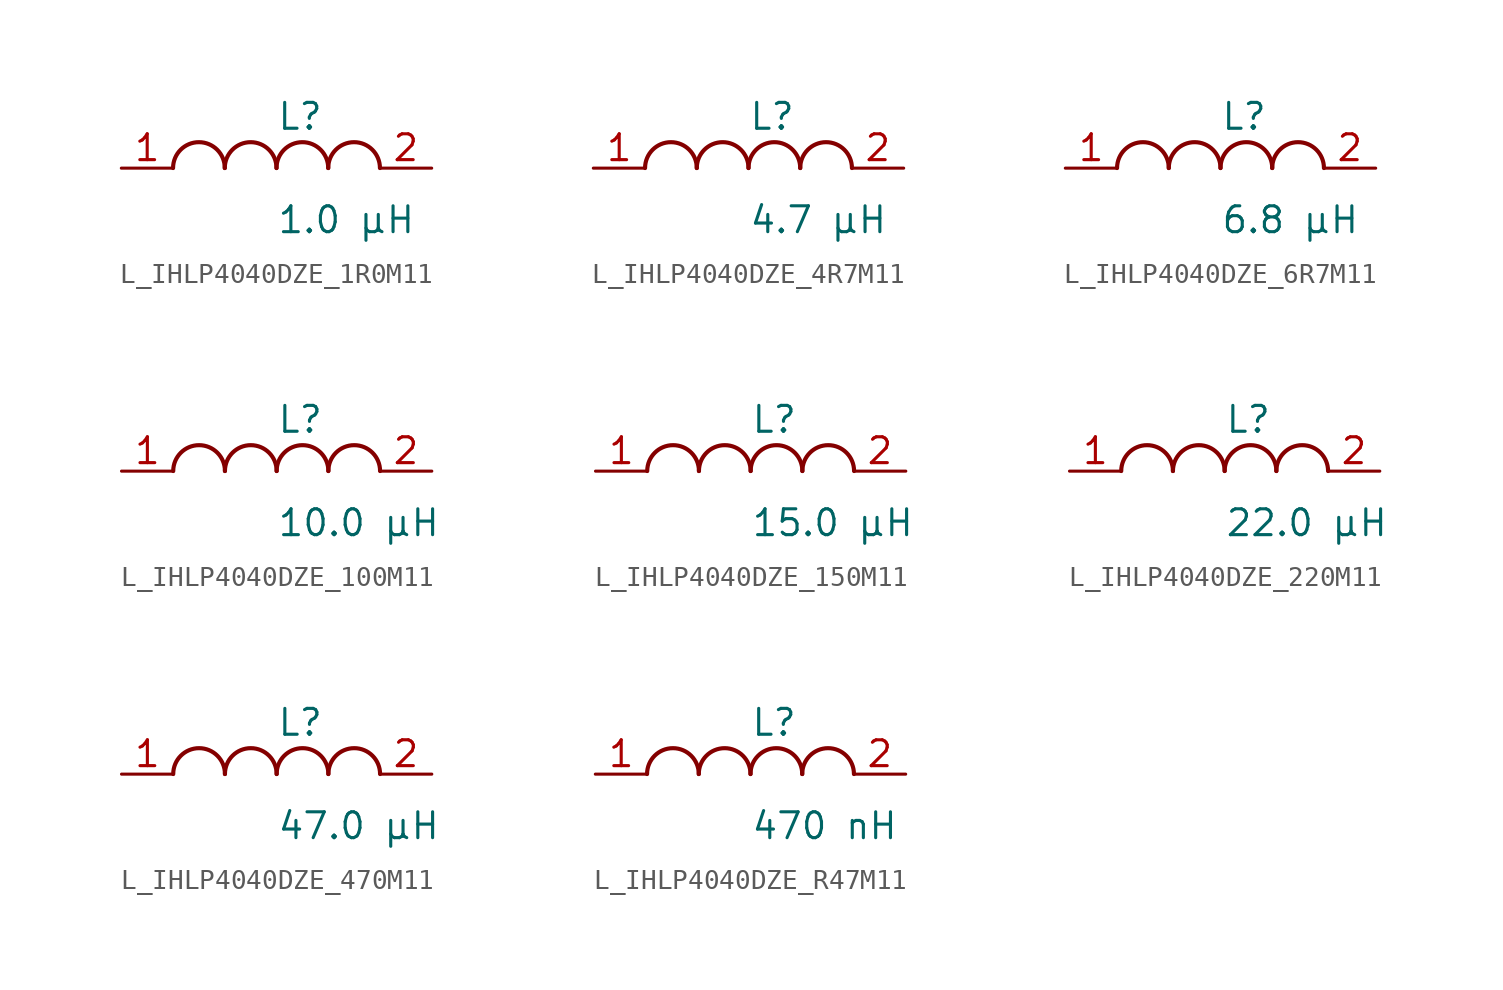
<source format=kicad_sym>
(kicad_symbol_lib
  (version 20231120)
  (generator kicad_symbol_editor)
  (generator_version 8.0)
  (symbol "L_IHLP4040DZE_1R0M11"
    (pin_names
      (offset 0.254))
    (property "Reference" "L"
      (at 0 2.54 0)
      (effects (font (size 1.27 1.27)) (justify left)))
    (property "Value" "1.0 µH"
      (at 0 -2.54 0)
      (effects (font (size 1.27 1.27)) (justify left)))
    (symbol "L_IHLP4040DZE_1R0M11_1_1"
      (arc (start -2.54 0.0056) (mid -3.81 1.27) (end -5.08 0.0056) (stroke (width 0.2032) (type default)) (fill (type none)))
      (arc (start 0 0.0056) (mid -1.27 1.27) (end -2.54 0.0056) (stroke (width 0.2032) (type default)) (fill (type none)))
      (arc (start 2.54 0.0056) (mid 1.27 1.27) (end 0 0.0056) (stroke (width 0.2032) (type default)) (fill (type none)))
      (arc (start 5.08 0.0056) (mid 3.81 1.27) (end 2.54 0.0056) (stroke (width 0.2032) (type default)) (fill (type none)))
      (pin unspecified line (at -7.62 0 0) (length 2.54) (name "" (effects (font (size 1.27 1.27)))) (number "1" (effects (font (size 1.27 1.27)))))
      (pin unspecified line (at 7.62 0 180) (length 2.54) (name "" (effects (font (size 1.27 1.27)))) (number "2" (effects (font (size 1.27 1.27)))))))
  (symbol "L_IHLP4040DZE_4R7M11"
    (pin_names
      (offset 0.254))
    (property "Reference" "L"
      (at 0 2.54 0)
      (effects (font (size 1.27 1.27)) (justify left)))
    (property "Value" "4.7 µH"
      (at 0 -2.54 0)
      (effects (font (size 1.27 1.27)) (justify left)))
    (symbol "L_IHLP4040DZE_4R7M11_1_1"
      (arc (start -2.54 0.0056) (mid -3.81 1.27) (end -5.08 0.0056) (stroke (width 0.2032) (type default)) (fill (type none)))
      (arc (start 0 0.0056) (mid -1.27 1.27) (end -2.54 0.0056) (stroke (width 0.2032) (type default)) (fill (type none)))
      (arc (start 2.54 0.0056) (mid 1.27 1.27) (end 0 0.0056) (stroke (width 0.2032) (type default)) (fill (type none)))
      (arc (start 5.08 0.0056) (mid 3.81 1.27) (end 2.54 0.0056) (stroke (width 0.2032) (type default)) (fill (type none)))
      (pin unspecified line (at -7.62 0 0) (length 2.54) (name "" (effects (font (size 1.27 1.27)))) (number "1" (effects (font (size 1.27 1.27)))))
      (pin unspecified line (at 7.62 0 180) (length 2.54) (name "" (effects (font (size 1.27 1.27)))) (number "2" (effects (font (size 1.27 1.27)))))))
  (symbol "L_IHLP4040DZE_6R7M11"
    (pin_names
      (offset 0.254))
    (property "Reference" "L"
      (at 0 2.54 0)
      (effects (font (size 1.27 1.27)) (justify left)))
    (property "Value" "6.8 µH"
      (at 0 -2.54 0)
      (effects (font (size 1.27 1.27)) (justify left)))
    (symbol "L_IHLP4040DZE_6R7M11_1_1"
      (arc (start -2.54 0.0056) (mid -3.81 1.27) (end -5.08 0.0056) (stroke (width 0.2032) (type default)) (fill (type none)))
      (arc (start 0 0.0056) (mid -1.27 1.27) (end -2.54 0.0056) (stroke (width 0.2032) (type default)) (fill (type none)))
      (arc (start 2.54 0.0056) (mid 1.27 1.27) (end 0 0.0056) (stroke (width 0.2032) (type default)) (fill (type none)))
      (arc (start 5.08 0.0056) (mid 3.81 1.27) (end 2.54 0.0056) (stroke (width 0.2032) (type default)) (fill (type none)))
      (pin unspecified line (at -7.62 0 0) (length 2.54) (name "" (effects (font (size 1.27 1.27)))) (number "1" (effects (font (size 1.27 1.27)))))
      (pin unspecified line (at 7.62 0 180) (length 2.54) (name "" (effects (font (size 1.27 1.27)))) (number "2" (effects (font (size 1.27 1.27)))))))
  (symbol "L_IHLP4040DZE_100M11"
    (pin_names
      (offset 0.254))
    (property "Reference" "L"
      (at 0 2.54 0)
      (effects (font (size 1.27 1.27)) (justify left)))
    (property "Value" "10.0 µH"
      (at 0 -2.54 0)
      (effects (font (size 1.27 1.27)) (justify left)))
    (symbol "L_IHLP4040DZE_100M11_1_1"
      (arc (start -2.54 0.0056) (mid -3.81 1.27) (end -5.08 0.0056) (stroke (width 0.2032) (type default)) (fill (type none)))
      (arc (start 0 0.0056) (mid -1.27 1.27) (end -2.54 0.0056) (stroke (width 0.2032) (type default)) (fill (type none)))
      (arc (start 2.54 0.0056) (mid 1.27 1.27) (end 0 0.0056) (stroke (width 0.2032) (type default)) (fill (type none)))
      (arc (start 5.08 0.0056) (mid 3.81 1.27) (end 2.54 0.0056) (stroke (width 0.2032) (type default)) (fill (type none)))
      (pin unspecified line (at -7.62 0 0) (length 2.54) (name "" (effects (font (size 1.27 1.27)))) (number "1" (effects (font (size 1.27 1.27)))))
      (pin unspecified line (at 7.62 0 180) (length 2.54) (name "" (effects (font (size 1.27 1.27)))) (number "2" (effects (font (size 1.27 1.27)))))))
  (symbol "L_IHLP4040DZE_150M11"
    (pin_names
      (offset 0.254))
    (property "Reference" "L"
      (at 0 2.54 0)
      (effects (font (size 1.27 1.27)) (justify left)))
    (property "Value" "15.0 µH"
      (at 0 -2.54 0)
      (effects (font (size 1.27 1.27)) (justify left)))
    (symbol "L_IHLP4040DZE_150M11_1_1"
      (arc (start -2.54 0.0056) (mid -3.81 1.27) (end -5.08 0.0056) (stroke (width 0.2032) (type default)) (fill (type none)))
      (arc (start 0 0.0056) (mid -1.27 1.27) (end -2.54 0.0056) (stroke (width 0.2032) (type default)) (fill (type none)))
      (arc (start 2.54 0.0056) (mid 1.27 1.27) (end 0 0.0056) (stroke (width 0.2032) (type default)) (fill (type none)))
      (arc (start 5.08 0.0056) (mid 3.81 1.27) (end 2.54 0.0056) (stroke (width 0.2032) (type default)) (fill (type none)))
      (pin unspecified line (at -7.62 0 0) (length 2.54) (name "" (effects (font (size 1.27 1.27)))) (number "1" (effects (font (size 1.27 1.27)))))
      (pin unspecified line (at 7.62 0 180) (length 2.54) (name "" (effects (font (size 1.27 1.27)))) (number "2" (effects (font (size 1.27 1.27)))))))
  (symbol "L_IHLP4040DZE_220M11"
    (pin_names
      (offset 0.254))
    (property "Reference" "L"
      (at 0 2.54 0)
      (effects (font (size 1.27 1.27)) (justify left)))
    (property "Value" "22.0 µH"
      (at 0 -2.54 0)
      (effects (font (size 1.27 1.27)) (justify left)))
    (symbol "L_IHLP4040DZE_220M11_1_1"
      (arc (start -2.54 0.0056) (mid -3.81 1.27) (end -5.08 0.0056) (stroke (width 0.2032) (type default)) (fill (type none)))
      (arc (start 0 0.0056) (mid -1.27 1.27) (end -2.54 0.0056) (stroke (width 0.2032) (type default)) (fill (type none)))
      (arc (start 2.54 0.0056) (mid 1.27 1.27) (end 0 0.0056) (stroke (width 0.2032) (type default)) (fill (type none)))
      (arc (start 5.08 0.0056) (mid 3.81 1.27) (end 2.54 0.0056) (stroke (width 0.2032) (type default)) (fill (type none)))
      (pin unspecified line (at -7.62 0 0) (length 2.54) (name "" (effects (font (size 1.27 1.27)))) (number "1" (effects (font (size 1.27 1.27)))))
      (pin unspecified line (at 7.62 0 180) (length 2.54) (name "" (effects (font (size 1.27 1.27)))) (number "2" (effects (font (size 1.27 1.27)))))))
  (symbol "L_IHLP4040DZE_470M11"
    (pin_names
      (offset 0.254))
    (property "Reference" "L"
      (at 0 2.54 0)
      (effects (font (size 1.27 1.27)) (justify left)))
    (property "Value" "47.0 µH"
      (at 0 -2.54 0)
      (effects (font (size 1.27 1.27)) (justify left)))
    (symbol "L_IHLP4040DZE_470M11_1_1"
      (arc (start -2.54 0.0056) (mid -3.81 1.27) (end -5.08 0.0056) (stroke (width 0.2032) (type default)) (fill (type none)))
      (arc (start 0 0.0056) (mid -1.27 1.27) (end -2.54 0.0056) (stroke (width 0.2032) (type default)) (fill (type none)))
      (arc (start 2.54 0.0056) (mid 1.27 1.27) (end 0 0.0056) (stroke (width 0.2032) (type default)) (fill (type none)))
      (arc (start 5.08 0.0056) (mid 3.81 1.27) (end 2.54 0.0056) (stroke (width 0.2032) (type default)) (fill (type none)))
      (pin unspecified line (at -7.62 0 0) (length 2.54) (name "" (effects (font (size 1.27 1.27)))) (number "1" (effects (font (size 1.27 1.27)))))
      (pin unspecified line (at 7.62 0 180) (length 2.54) (name "" (effects (font (size 1.27 1.27)))) (number "2" (effects (font (size 1.27 1.27)))))))
  (symbol "L_IHLP4040DZE_R47M11"
    (pin_names
      (offset 0.254))
    (property "Reference" "L"
      (at 0 2.54 0)
      (effects (font (size 1.27 1.27)) (justify left)))
    (property "Value" "470 nH"
      (at 0 -2.54 0)
      (effects (font (size 1.27 1.27)) (justify left)))
    (symbol "L_IHLP4040DZE_R47M11_1_1"
      (arc (start -2.54 0.0056) (mid -3.81 1.27) (end -5.08 0.0056) (stroke (width 0.2032) (type default)) (fill (type none)))
      (arc (start 0 0.0056) (mid -1.27 1.27) (end -2.54 0.0056) (stroke (width 0.2032) (type default)) (fill (type none)))
      (arc (start 2.54 0.0056) (mid 1.27 1.27) (end 0 0.0056) (stroke (width 0.2032) (type default)) (fill (type none)))
      (arc (start 5.08 0.0056) (mid 3.81 1.27) (end 2.54 0.0056) (stroke (width 0.2032) (type default)) (fill (type none)))
      (pin unspecified line (at -7.62 0 0) (length 2.54) (name "" (effects (font (size 1.27 1.27)))) (number "1" (effects (font (size 1.27 1.27)))))
      (pin unspecified line (at 7.62 0 180) (length 2.54) (name "" (effects (font (size 1.27 1.27)))) (number "2" (effects (font (size 1.27 1.27))))))))
</source>
